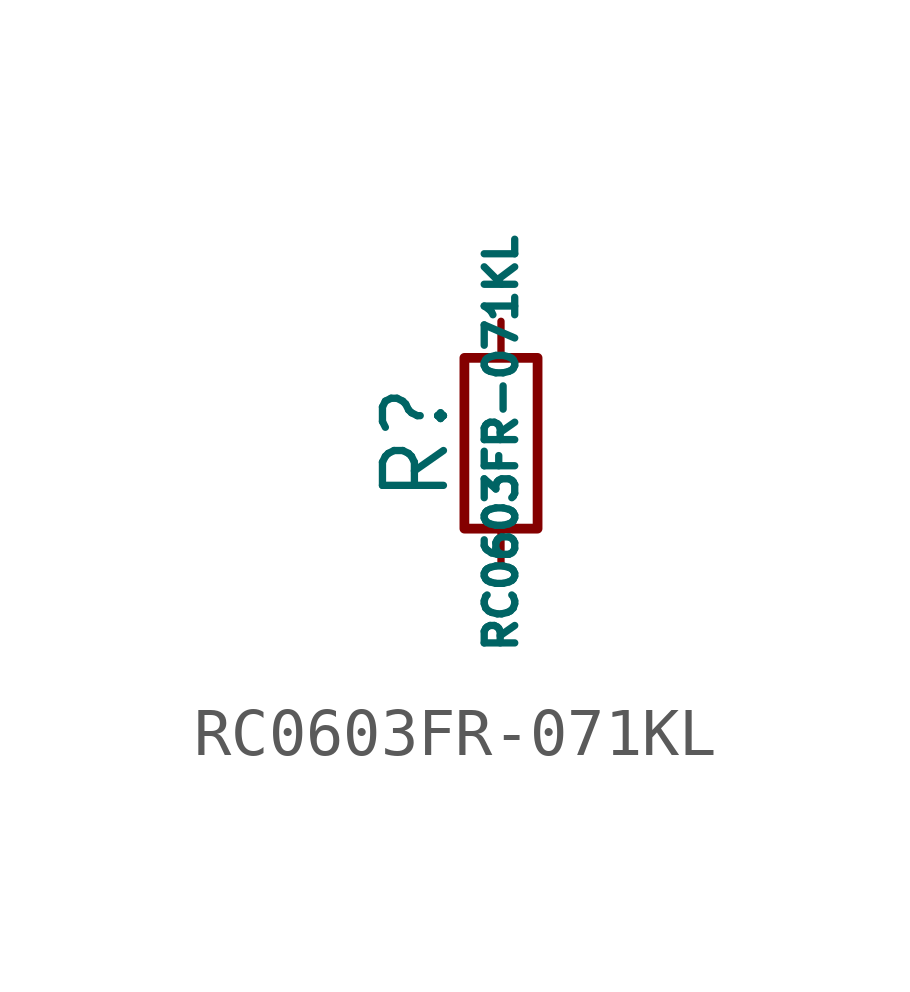
<source format=kicad_sym>
(kicad_symbol_lib
  (version 20220914)
  (generator kicad_symbol_editor)
  (symbol "RC0603FR-071KL"
    (pin_numbers hide)
    (pin_names
      (offset 0.254) hide)
    (property "Reference" "R"
      (at -1.778 0 90)
      (effects (font (size 1.27 1.27))))
    (property "Value" "RC0603FR-071KL"
      (at 0 0 90)
      (effects (font (size 0.635 0.635))))
    (symbol "RC0603FR-071KL_0_1"
      (rectangle (start -0.762 1.778) (end 0.762 -1.778) (stroke (width 0.203) (type default)) (fill (type none))))
    (symbol "RC0603FR-071KL_1_1"
      (pin passive line (at 0 2.54 270) (length 0.762) (name "~" (effects (font (size 1.27 1.27)))) (number "1" (effects (font (size 1.27 1.27)))))
      (pin passive line (at 0 -2.54 90) (length 0.762) (name "~" (effects (font (size 1.27 1.27)))) (number "2" (effects (font (size 1.27 1.27))))))))
</source>
